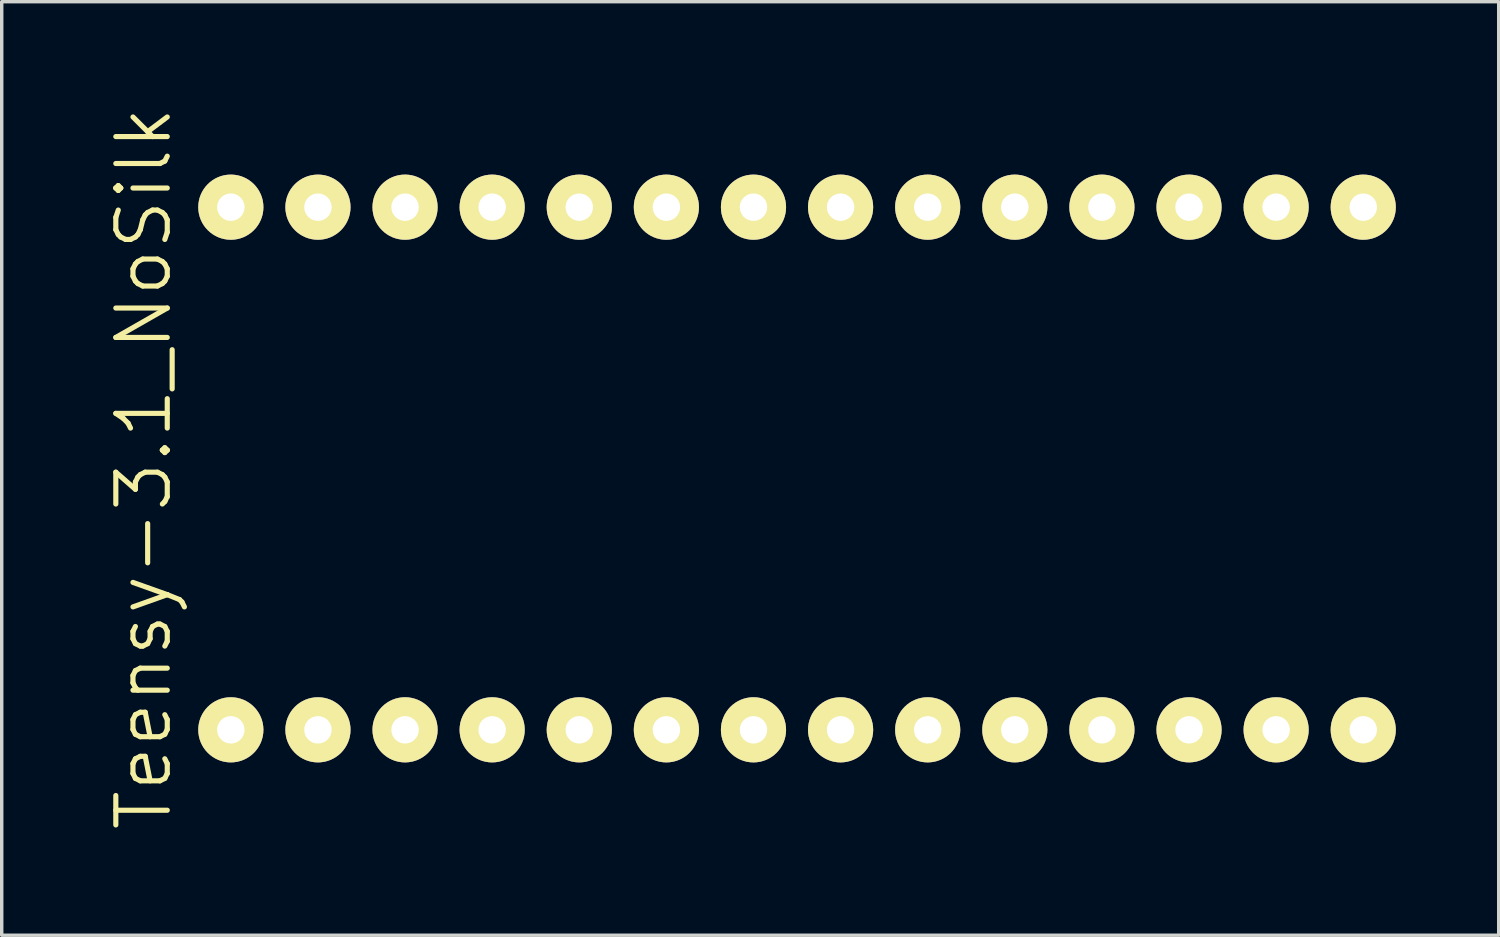
<source format=kicad_pcb>
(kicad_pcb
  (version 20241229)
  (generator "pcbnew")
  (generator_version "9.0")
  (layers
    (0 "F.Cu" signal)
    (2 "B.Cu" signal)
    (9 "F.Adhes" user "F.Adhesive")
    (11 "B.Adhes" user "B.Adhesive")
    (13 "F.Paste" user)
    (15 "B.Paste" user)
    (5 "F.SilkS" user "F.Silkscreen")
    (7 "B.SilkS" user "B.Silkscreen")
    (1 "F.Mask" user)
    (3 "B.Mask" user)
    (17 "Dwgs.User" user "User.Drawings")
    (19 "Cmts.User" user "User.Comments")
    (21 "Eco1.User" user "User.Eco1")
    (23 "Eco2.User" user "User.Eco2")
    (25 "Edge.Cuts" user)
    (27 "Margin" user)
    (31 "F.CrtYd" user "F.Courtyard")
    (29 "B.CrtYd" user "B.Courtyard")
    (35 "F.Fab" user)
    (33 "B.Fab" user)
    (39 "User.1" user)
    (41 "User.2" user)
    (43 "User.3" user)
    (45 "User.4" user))
  (footprint "Teensy-3.1_NoSilk"
    (layer "F.Cu")
    (at 6.221 18.231)
    (property "Reference" "Teensy-3.1_NoSilk" (at -5.08 -7.62 90) (layer "F.SilkS") (effects (font (size 1.5 1.5) (thickness 0.15))))
    (attr through_hole)
    (pad "0" thru_hole circle (at 0 0) (size 1.9 1.9) (drill 0.8) (layers "*.Cu" "*.Mask" "F.SilkS"))
    (pad "1" thru_hole circle (at 2.54 0) (size 1.9 1.9) (drill 0.8) (layers "*.Cu" "*.Mask" "F.SilkS"))
    (pad "2" thru_hole circle (at 5.08 0) (size 1.9 1.9) (drill 0.8) (layers "*.Cu" "*.Mask" "F.SilkS"))
    (pad "3" thru_hole circle (at 7.62 0) (size 1.9 1.9) (drill 0.8) (layers "*.Cu" "*.Mask" "F.SilkS"))
    (pad "4" thru_hole circle (at 10.16 0) (size 1.9 1.9) (drill 0.8) (layers "*.Cu" "*.Mask" "F.SilkS"))
    (pad "5" thru_hole circle (at 12.7 0) (size 1.9 1.9) (drill 0.8) (layers "*.Cu" "*.Mask" "F.SilkS"))
    (pad "6" thru_hole circle (at 15.24 0) (size 1.9 1.9) (drill 0.8) (layers "*.Cu" "*.Mask" "F.SilkS"))
    (pad "7" thru_hole circle (at 17.78 0) (size 1.9 1.9) (drill 0.8) (layers "*.Cu" "*.Mask" "F.SilkS"))
    (pad "8" thru_hole circle (at 20.32 0) (size 1.9 1.9) (drill 0.8) (layers "*.Cu" "*.Mask" "F.SilkS"))
    (pad "9" thru_hole circle (at 22.86 0) (size 1.9 1.9) (drill 0.8) (layers "*.Cu" "*.Mask" "F.SilkS"))
    (pad "10" thru_hole circle (at 25.4 0) (size 1.9 1.9) (drill 0.8) (layers "*.Cu" "*.Mask" "F.SilkS"))
    (pad "11" thru_hole circle (at 27.94 0) (size 1.9 1.9) (drill 0.8) (layers "*.Cu" "*.Mask" "F.SilkS"))
    (pad "12" thru_hole circle (at 30.48 0) (size 1.9 1.9) (drill 0.8) (layers "*.Cu" "*.Mask" "F.SilkS"))
    (pad "13" thru_hole circle (at 30.48 -15.24) (size 1.9 1.9) (drill 0.8) (layers "*.Cu" "*.Mask" "F.SilkS"))
    (pad "14" thru_hole circle (at 27.94 -15.24) (size 1.9 1.9) (drill 0.8) (layers "*.Cu" "*.Mask" "F.SilkS"))
    (pad "15" thru_hole circle (at 25.4 -15.24) (size 1.9 1.9) (drill 0.8) (layers "*.Cu" "*.Mask" "F.SilkS"))
    (pad "16" thru_hole circle (at 22.86 -15.24) (size 1.9 1.9) (drill 0.8) (layers "*.Cu" "*.Mask" "F.SilkS"))
    (pad "17" thru_hole circle (at 20.32 -15.24) (size 1.9 1.9) (drill 0.8) (layers "*.Cu" "*.Mask" "F.SilkS"))
    (pad "18" thru_hole circle (at 17.78 -15.24) (size 1.9 1.9) (drill 0.8) (layers "*.Cu" "*.Mask" "F.SilkS"))
    (pad "19" thru_hole circle (at 15.24 -15.24) (size 1.9 1.9) (drill 0.8) (layers "*.Cu" "*.Mask" "F.SilkS"))
    (pad "20" thru_hole circle (at 12.7 -15.24) (size 1.9 1.9) (drill 0.8) (layers "*.Cu" "*.Mask" "F.SilkS"))
    (pad "21" thru_hole circle (at 10.16 -15.24) (size 1.9 1.9) (drill 0.8) (layers "*.Cu" "*.Mask" "F.SilkS"))
    (pad "22" thru_hole circle (at 7.62 -15.24) (size 1.9 1.9) (drill 0.8) (layers "*.Cu" "*.Mask" "F.SilkS"))
    (pad "23" thru_hole circle (at 5.08 -15.24) (size 1.9 1.9) (drill 0.8) (layers "*.Cu" "*.Mask" "F.SilkS"))
    (pad "24" thru_hole circle (at 2.54 -15.24) (size 1.9 1.9) (drill 0.8) (layers "*.Cu" "*.Mask" "F.SilkS"))
    (pad "25" thru_hole circle (at 0 -15.24) (size 1.9 1.9) (drill 0.8) (layers "*.Cu" "*.Mask" "F.SilkS"))
    (pad "26" thru_hole circle (at -2.54 -15.24) (size 1.9 1.9) (drill 0.8) (layers "*.Cu" "*.Mask" "F.SilkS"))
    (pad "27" thru_hole circle (at -2.54 0) (size 1.9 1.9) (drill 0.8) (layers "*.Cu" "*.Mask" "F.SilkS")))
  (gr_rect
    (start -3 -3)
    (end 40.651 24.221)
    (stroke (width 0.1) (type default))
    (fill no)
    (layer "Edge.Cuts")))
</source>
